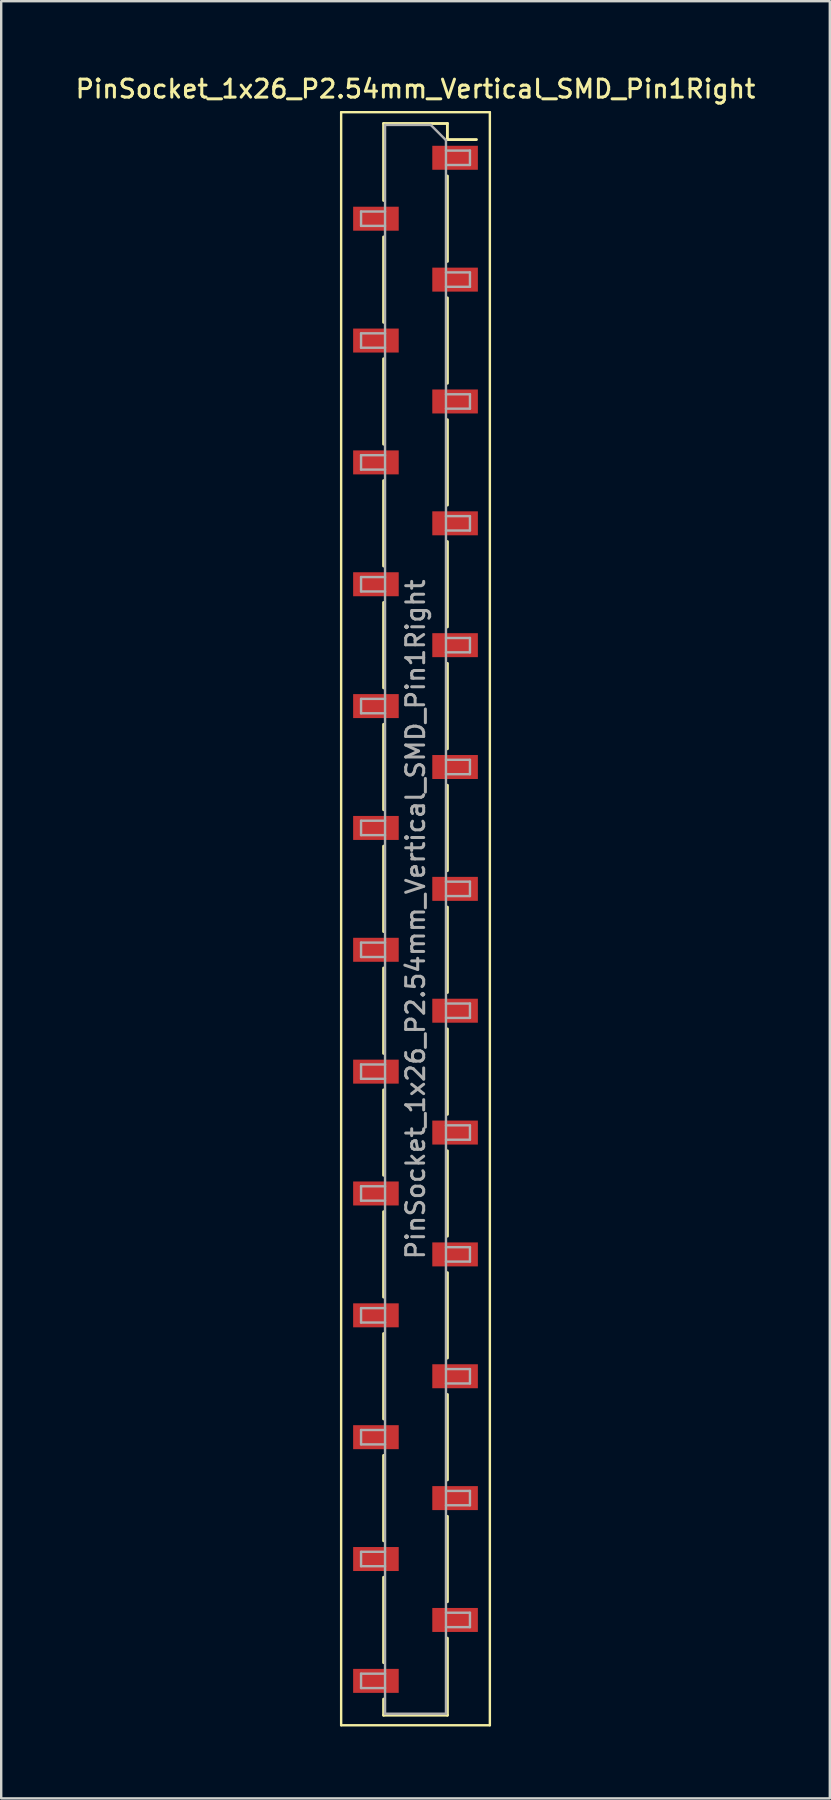
<source format=kicad_pcb>
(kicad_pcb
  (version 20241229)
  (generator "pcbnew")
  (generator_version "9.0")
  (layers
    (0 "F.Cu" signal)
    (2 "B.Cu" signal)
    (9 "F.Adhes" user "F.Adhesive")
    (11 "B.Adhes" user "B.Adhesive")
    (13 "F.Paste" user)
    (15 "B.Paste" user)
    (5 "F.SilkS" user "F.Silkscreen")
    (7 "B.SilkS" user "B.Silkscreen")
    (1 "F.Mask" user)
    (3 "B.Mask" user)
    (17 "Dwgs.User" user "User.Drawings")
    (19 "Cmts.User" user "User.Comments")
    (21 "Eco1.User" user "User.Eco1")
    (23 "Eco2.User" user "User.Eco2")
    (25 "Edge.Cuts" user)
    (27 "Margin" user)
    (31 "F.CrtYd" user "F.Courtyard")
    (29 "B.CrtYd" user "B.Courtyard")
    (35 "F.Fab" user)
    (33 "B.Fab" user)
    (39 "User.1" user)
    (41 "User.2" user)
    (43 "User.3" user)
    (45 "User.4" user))
  (footprint "PinSocket_1x26_P2.54mm_Vertical_SMD_Pin1Right"
    (layer "F.Cu")
    (at 14.273 35.278)
    (property "Reference" "PinSocket_1x26_P2.54mm_Vertical_SMD_Pin1Right" (at 0 -34.62 0) (layer "F.SilkS") (effects (font (size 0.75 0.75) (thickness 0.125))))
    (attr smd)
    (fp_line (start -3.1 -33.65) (end 3.1 -33.65) (stroke (width 0.1) (type solid)) (layer "F.SilkS"))
    (fp_line (start -3.1 33.6) (end -3.1 -33.65) (stroke (width 0.1) (type solid)) (layer "F.SilkS"))
    (fp_line (start -1.33 -33.18) (end -1.33 -29.97) (stroke (width 0.12) (type solid)) (layer "F.SilkS"))
    (fp_line (start -1.33 -33.18) (end 1.33 -33.18) (stroke (width 0.12) (type solid)) (layer "F.SilkS"))
    (fp_line (start -1.33 -28.45) (end -1.33 -24.89) (stroke (width 0.12) (type solid)) (layer "F.SilkS"))
    (fp_line (start -1.33 -23.37) (end -1.33 -19.81) (stroke (width 0.12) (type solid)) (layer "F.SilkS"))
    (fp_line (start -1.33 -18.29) (end -1.33 -14.73) (stroke (width 0.12) (type solid)) (layer "F.SilkS"))
    (fp_line (start -1.33 -13.21) (end -1.33 -9.65) (stroke (width 0.12) (type solid)) (layer "F.SilkS"))
    (fp_line (start -1.33 -8.13) (end -1.33 -4.57) (stroke (width 0.12) (type solid)) (layer "F.SilkS"))
    (fp_line (start -1.33 -3.05) (end -1.33 0.51) (stroke (width 0.12) (type solid)) (layer "F.SilkS"))
    (fp_line (start -1.33 2.03) (end -1.33 5.59) (stroke (width 0.12) (type solid)) (layer "F.SilkS"))
    (fp_line (start -1.33 7.11) (end -1.33 10.67) (stroke (width 0.12) (type solid)) (layer "F.SilkS"))
    (fp_line (start -1.33 12.19) (end -1.33 15.75) (stroke (width 0.12) (type solid)) (layer "F.SilkS"))
    (fp_line (start -1.33 17.27) (end -1.33 20.83) (stroke (width 0.12) (type solid)) (layer "F.SilkS"))
    (fp_line (start -1.33 22.35) (end -1.33 25.91) (stroke (width 0.12) (type solid)) (layer "F.SilkS"))
    (fp_line (start -1.33 27.43) (end -1.33 30.99) (stroke (width 0.12) (type solid)) (layer "F.SilkS"))
    (fp_line (start -1.33 32.51) (end -1.33 33.18) (stroke (width 0.12) (type solid)) (layer "F.SilkS"))
    (fp_line (start -1.33 33.18) (end 1.33 33.18) (stroke (width 0.12) (type solid)) (layer "F.SilkS"))
    (fp_line (start 1.33 -33.18) (end 1.33 -32.51) (stroke (width 0.12) (type solid)) (layer "F.SilkS"))
    (fp_line (start 1.33 -32.51) (end 2.54 -32.51) (stroke (width 0.12) (type solid)) (layer "F.SilkS"))
    (fp_line (start 1.33 -30.99) (end 1.33 -27.43) (stroke (width 0.12) (type solid)) (layer "F.SilkS"))
    (fp_line (start 1.33 -25.91) (end 1.33 -22.35) (stroke (width 0.12) (type solid)) (layer "F.SilkS"))
    (fp_line (start 1.33 -20.83) (end 1.33 -17.27) (stroke (width 0.12) (type solid)) (layer "F.SilkS"))
    (fp_line (start 1.33 -15.75) (end 1.33 -12.19) (stroke (width 0.12) (type solid)) (layer "F.SilkS"))
    (fp_line (start 1.33 -10.67) (end 1.33 -7.11) (stroke (width 0.12) (type solid)) (layer "F.SilkS"))
    (fp_line (start 1.33 -5.59) (end 1.33 -2.03) (stroke (width 0.12) (type solid)) (layer "F.SilkS"))
    (fp_line (start 1.33 -0.51) (end 1.33 3.05) (stroke (width 0.12) (type solid)) (layer "F.SilkS"))
    (fp_line (start 1.33 4.57) (end 1.33 8.13) (stroke (width 0.12) (type solid)) (layer "F.SilkS"))
    (fp_line (start 1.33 9.65) (end 1.33 13.21) (stroke (width 0.12) (type solid)) (layer "F.SilkS"))
    (fp_line (start 1.33 14.73) (end 1.33 18.29) (stroke (width 0.12) (type solid)) (layer "F.SilkS"))
    (fp_line (start 1.33 19.81) (end 1.33 23.37) (stroke (width 0.12) (type solid)) (layer "F.SilkS"))
    (fp_line (start 1.33 24.89) (end 1.33 28.45) (stroke (width 0.12) (type solid)) (layer "F.SilkS"))
    (fp_line (start 1.33 29.97) (end 1.33 33.18) (stroke (width 0.12) (type solid)) (layer "F.SilkS"))
    (fp_line (start 3.1 -33.65) (end 3.1 33.6) (stroke (width 0.1) (type solid)) (layer "F.SilkS"))
    (fp_line (start 3.1 33.6) (end -3.1 33.6) (stroke (width 0.1) (type solid)) (layer "F.SilkS"))
    (fp_line (start -2.27 -29.51) (end -1.27 -29.51) (stroke (width 0.1) (type solid)) (layer "F.Fab"))
    (fp_line (start -2.27 -28.91) (end -2.27 -29.51) (stroke (width 0.1) (type solid)) (layer "F.Fab"))
    (fp_line (start -2.27 -24.43) (end -1.27 -24.43) (stroke (width 0.1) (type solid)) (layer "F.Fab"))
    (fp_line (start -2.27 -23.83) (end -2.27 -24.43) (stroke (width 0.1) (type solid)) (layer "F.Fab"))
    (fp_line (start -2.27 -19.35) (end -1.27 -19.35) (stroke (width 0.1) (type solid)) (layer "F.Fab"))
    (fp_line (start -2.27 -18.75) (end -2.27 -19.35) (stroke (width 0.1) (type solid)) (layer "F.Fab"))
    (fp_line (start -2.27 -14.27) (end -1.27 -14.27) (stroke (width 0.1) (type solid)) (layer "F.Fab"))
    (fp_line (start -2.27 -13.67) (end -2.27 -14.27) (stroke (width 0.1) (type solid)) (layer "F.Fab"))
    (fp_line (start -2.27 -9.19) (end -1.27 -9.19) (stroke (width 0.1) (type solid)) (layer "F.Fab"))
    (fp_line (start -2.27 -8.59) (end -2.27 -9.19) (stroke (width 0.1) (type solid)) (layer "F.Fab"))
    (fp_line (start -2.27 -4.11) (end -1.27 -4.11) (stroke (width 0.1) (type solid)) (layer "F.Fab"))
    (fp_line (start -2.27 -3.51) (end -2.27 -4.11) (stroke (width 0.1) (type solid)) (layer "F.Fab"))
    (fp_line (start -2.27 0.97) (end -1.27 0.97) (stroke (width 0.1) (type solid)) (layer "F.Fab"))
    (fp_line (start -2.27 1.57) (end -2.27 0.97) (stroke (width 0.1) (type solid)) (layer "F.Fab"))
    (fp_line (start -2.27 6.05) (end -1.27 6.05) (stroke (width 0.1) (type solid)) (layer "F.Fab"))
    (fp_line (start -2.27 6.65) (end -2.27 6.05) (stroke (width 0.1) (type solid)) (layer "F.Fab"))
    (fp_line (start -2.27 11.13) (end -1.27 11.13) (stroke (width 0.1) (type solid)) (layer "F.Fab"))
    (fp_line (start -2.27 11.73) (end -2.27 11.13) (stroke (width 0.1) (type solid)) (layer "F.Fab"))
    (fp_line (start -2.27 16.21) (end -1.27 16.21) (stroke (width 0.1) (type solid)) (layer "F.Fab"))
    (fp_line (start -2.27 16.81) (end -2.27 16.21) (stroke (width 0.1) (type solid)) (layer "F.Fab"))
    (fp_line (start -2.27 21.29) (end -1.27 21.29) (stroke (width 0.1) (type solid)) (layer "F.Fab"))
    (fp_line (start -2.27 21.89) (end -2.27 21.29) (stroke (width 0.1) (type solid)) (layer "F.Fab"))
    (fp_line (start -2.27 26.37) (end -1.27 26.37) (stroke (width 0.1) (type solid)) (layer "F.Fab"))
    (fp_line (start -2.27 26.97) (end -2.27 26.37) (stroke (width 0.1) (type solid)) (layer "F.Fab"))
    (fp_line (start -2.27 31.45) (end -1.27 31.45) (stroke (width 0.1) (type solid)) (layer "F.Fab"))
    (fp_line (start -2.27 32.05) (end -2.27 31.45) (stroke (width 0.1) (type solid)) (layer "F.Fab"))
    (fp_line (start -1.27 -33.12) (end 0.635 -33.12) (stroke (width 0.1) (type solid)) (layer "F.Fab"))
    (fp_line (start -1.27 -28.91) (end -2.27 -28.91) (stroke (width 0.1) (type solid)) (layer "F.Fab"))
    (fp_line (start -1.27 -23.83) (end -2.27 -23.83) (stroke (width 0.1) (type solid)) (layer "F.Fab"))
    (fp_line (start -1.27 -18.75) (end -2.27 -18.75) (stroke (width 0.1) (type solid)) (layer "F.Fab"))
    (fp_line (start -1.27 -13.67) (end -2.27 -13.67) (stroke (width 0.1) (type solid)) (layer "F.Fab"))
    (fp_line (start -1.27 -8.59) (end -2.27 -8.59) (stroke (width 0.1) (type solid)) (layer "F.Fab"))
    (fp_line (start -1.27 -3.51) (end -2.27 -3.51) (stroke (width 0.1) (type solid)) (layer "F.Fab"))
    (fp_line (start -1.27 1.57) (end -2.27 1.57) (stroke (width 0.1) (type solid)) (layer "F.Fab"))
    (fp_line (start -1.27 6.65) (end -2.27 6.65) (stroke (width 0.1) (type solid)) (layer "F.Fab"))
    (fp_line (start -1.27 11.73) (end -2.27 11.73) (stroke (width 0.1) (type solid)) (layer "F.Fab"))
    (fp_line (start -1.27 16.81) (end -2.27 16.81) (stroke (width 0.1) (type solid)) (layer "F.Fab"))
    (fp_line (start -1.27 21.89) (end -2.27 21.89) (stroke (width 0.1) (type solid)) (layer "F.Fab"))
    (fp_line (start -1.27 26.97) (end -2.27 26.97) (stroke (width 0.1) (type solid)) (layer "F.Fab"))
    (fp_line (start -1.27 32.05) (end -2.27 32.05) (stroke (width 0.1) (type solid)) (layer "F.Fab"))
    (fp_line (start -1.27 33.12) (end -1.27 -33.12) (stroke (width 0.1) (type solid)) (layer "F.Fab"))
    (fp_line (start 0.635 -33.12) (end 1.27 -32.485) (stroke (width 0.1) (type solid)) (layer "F.Fab"))
    (fp_line (start 1.27 -32.485) (end 1.27 33.12) (stroke (width 0.1) (type solid)) (layer "F.Fab"))
    (fp_line (start 1.27 -32.05) (end 2.27 -32.05) (stroke (width 0.1) (type solid)) (layer "F.Fab"))
    (fp_line (start 1.27 -26.97) (end 2.27 -26.97) (stroke (width 0.1) (type solid)) (layer "F.Fab"))
    (fp_line (start 1.27 -21.89) (end 2.27 -21.89) (stroke (width 0.1) (type solid)) (layer "F.Fab"))
    (fp_line (start 1.27 -16.81) (end 2.27 -16.81) (stroke (width 0.1) (type solid)) (layer "F.Fab"))
    (fp_line (start 1.27 -11.73) (end 2.27 -11.73) (stroke (width 0.1) (type solid)) (layer "F.Fab"))
    (fp_line (start 1.27 -6.65) (end 2.27 -6.65) (stroke (width 0.1) (type solid)) (layer "F.Fab"))
    (fp_line (start 1.27 -1.57) (end 2.27 -1.57) (stroke (width 0.1) (type solid)) (layer "F.Fab"))
    (fp_line (start 1.27 3.51) (end 2.27 3.51) (stroke (width 0.1) (type solid)) (layer "F.Fab"))
    (fp_line (start 1.27 8.59) (end 2.27 8.59) (stroke (width 0.1) (type solid)) (layer "F.Fab"))
    (fp_line (start 1.27 13.67) (end 2.27 13.67) (stroke (width 0.1) (type solid)) (layer "F.Fab"))
    (fp_line (start 1.27 18.75) (end 2.27 18.75) (stroke (width 0.1) (type solid)) (layer "F.Fab"))
    (fp_line (start 1.27 23.83) (end 2.27 23.83) (stroke (width 0.1) (type solid)) (layer "F.Fab"))
    (fp_line (start 1.27 28.91) (end 2.27 28.91) (stroke (width 0.1) (type solid)) (layer "F.Fab"))
    (fp_line (start 1.27 33.12) (end -1.27 33.12) (stroke (width 0.1) (type solid)) (layer "F.Fab"))
    (fp_line (start 2.27 -32.05) (end 2.27 -31.45) (stroke (width 0.1) (type solid)) (layer "F.Fab"))
    (fp_line (start 2.27 -31.45) (end 1.27 -31.45) (stroke (width 0.1) (type solid)) (layer "F.Fab"))
    (fp_line (start 2.27 -26.97) (end 2.27 -26.37) (stroke (width 0.1) (type solid)) (layer "F.Fab"))
    (fp_line (start 2.27 -26.37) (end 1.27 -26.37) (stroke (width 0.1) (type solid)) (layer "F.Fab"))
    (fp_line (start 2.27 -21.89) (end 2.27 -21.29) (stroke (width 0.1) (type solid)) (layer "F.Fab"))
    (fp_line (start 2.27 -21.29) (end 1.27 -21.29) (stroke (width 0.1) (type solid)) (layer "F.Fab"))
    (fp_line (start 2.27 -16.81) (end 2.27 -16.21) (stroke (width 0.1) (type solid)) (layer "F.Fab"))
    (fp_line (start 2.27 -16.21) (end 1.27 -16.21) (stroke (width 0.1) (type solid)) (layer "F.Fab"))
    (fp_line (start 2.27 -11.73) (end 2.27 -11.13) (stroke (width 0.1) (type solid)) (layer "F.Fab"))
    (fp_line (start 2.27 -11.13) (end 1.27 -11.13) (stroke (width 0.1) (type solid)) (layer "F.Fab"))
    (fp_line (start 2.27 -6.65) (end 2.27 -6.05) (stroke (width 0.1) (type solid)) (layer "F.Fab"))
    (fp_line (start 2.27 -6.05) (end 1.27 -6.05) (stroke (width 0.1) (type solid)) (layer "F.Fab"))
    (fp_line (start 2.27 -1.57) (end 2.27 -0.97) (stroke (width 0.1) (type solid)) (layer "F.Fab"))
    (fp_line (start 2.27 -0.97) (end 1.27 -0.97) (stroke (width 0.1) (type solid)) (layer "F.Fab"))
    (fp_line (start 2.27 3.51) (end 2.27 4.11) (stroke (width 0.1) (type solid)) (layer "F.Fab"))
    (fp_line (start 2.27 4.11) (end 1.27 4.11) (stroke (width 0.1) (type solid)) (layer "F.Fab"))
    (fp_line (start 2.27 8.59) (end 2.27 9.19) (stroke (width 0.1) (type solid)) (layer "F.Fab"))
    (fp_line (start 2.27 9.19) (end 1.27 9.19) (stroke (width 0.1) (type solid)) (layer "F.Fab"))
    (fp_line (start 2.27 13.67) (end 2.27 14.27) (stroke (width 0.1) (type solid)) (layer "F.Fab"))
    (fp_line (start 2.27 14.27) (end 1.27 14.27) (stroke (width 0.1) (type solid)) (layer "F.Fab"))
    (fp_line (start 2.27 18.75) (end 2.27 19.35) (stroke (width 0.1) (type solid)) (layer "F.Fab"))
    (fp_line (start 2.27 19.35) (end 1.27 19.35) (stroke (width 0.1) (type solid)) (layer "F.Fab"))
    (fp_line (start 2.27 23.83) (end 2.27 24.43) (stroke (width 0.1) (type solid)) (layer "F.Fab"))
    (fp_line (start 2.27 24.43) (end 1.27 24.43) (stroke (width 0.1) (type solid)) (layer "F.Fab"))
    (fp_line (start 2.27 28.91) (end 2.27 29.51) (stroke (width 0.1) (type solid)) (layer "F.Fab"))
    (fp_line (start 2.27 29.51) (end 1.27 29.51) (stroke (width 0.1) (type solid)) (layer "F.Fab"))
    (fp_text user "${REFERENCE}" (at 0 0 90) (layer "F.Fab") (effects (font (size 0.75 0.75) (thickness 0.125))))
    (pad "1" smd rect (at 1.65 -31.75) (size 1.9 1) (layers "F.Cu" "F.Mask" "F.Paste"))
    (pad "2" smd rect (at -1.65 -29.21) (size 1.9 1) (layers "F.Cu" "F.Mask" "F.Paste"))
    (pad "3" smd rect (at 1.65 -26.67) (size 1.9 1) (layers "F.Cu" "F.Mask" "F.Paste"))
    (pad "4" smd rect (at -1.65 -24.13) (size 1.9 1) (layers "F.Cu" "F.Mask" "F.Paste"))
    (pad "5" smd rect (at 1.65 -21.59) (size 1.9 1) (layers "F.Cu" "F.Mask" "F.Paste"))
    (pad "6" smd rect (at -1.65 -19.05) (size 1.9 1) (layers "F.Cu" "F.Mask" "F.Paste"))
    (pad "7" smd rect (at 1.65 -16.51) (size 1.9 1) (layers "F.Cu" "F.Mask" "F.Paste"))
    (pad "8" smd rect (at -1.65 -13.97) (size 1.9 1) (layers "F.Cu" "F.Mask" "F.Paste"))
    (pad "9" smd rect (at 1.65 -11.43) (size 1.9 1) (layers "F.Cu" "F.Mask" "F.Paste"))
    (pad "10" smd rect (at -1.65 -8.89) (size 1.9 1) (layers "F.Cu" "F.Mask" "F.Paste"))
    (pad "11" smd rect (at 1.65 -6.35) (size 1.9 1) (layers "F.Cu" "F.Mask" "F.Paste"))
    (pad "12" smd rect (at -1.65 -3.81) (size 1.9 1) (layers "F.Cu" "F.Mask" "F.Paste"))
    (pad "13" smd rect (at 1.65 -1.27) (size 1.9 1) (layers "F.Cu" "F.Mask" "F.Paste"))
    (pad "14" smd rect (at -1.65 1.27) (size 1.9 1) (layers "F.Cu" "F.Mask" "F.Paste"))
    (pad "15" smd rect (at 1.65 3.81) (size 1.9 1) (layers "F.Cu" "F.Mask" "F.Paste"))
    (pad "16" smd rect (at -1.65 6.35) (size 1.9 1) (layers "F.Cu" "F.Mask" "F.Paste"))
    (pad "17" smd rect (at 1.65 8.89) (size 1.9 1) (layers "F.Cu" "F.Mask" "F.Paste"))
    (pad "18" smd rect (at -1.65 11.43) (size 1.9 1) (layers "F.Cu" "F.Mask" "F.Paste"))
    (pad "19" smd rect (at 1.65 13.97) (size 1.9 1) (layers "F.Cu" "F.Mask" "F.Paste"))
    (pad "20" smd rect (at -1.65 16.51) (size 1.9 1) (layers "F.Cu" "F.Mask" "F.Paste"))
    (pad "21" smd rect (at 1.65 19.05) (size 1.9 1) (layers "F.Cu" "F.Mask" "F.Paste"))
    (pad "22" smd rect (at -1.65 21.59) (size 1.9 1) (layers "F.Cu" "F.Mask" "F.Paste"))
    (pad "23" smd rect (at 1.65 24.13) (size 1.9 1) (layers "F.Cu" "F.Mask" "F.Paste"))
    (pad "24" smd rect (at -1.65 26.67) (size 1.9 1) (layers "F.Cu" "F.Mask" "F.Paste"))
    (pad "25" smd rect (at 1.65 29.21) (size 1.9 1) (layers "F.Cu" "F.Mask" "F.Paste"))
    (pad "26" smd rect (at -1.65 31.75) (size 1.9 1) (layers "F.Cu" "F.Mask" "F.Paste")))
  (gr_rect
    (start -3 -3)
    (end 31.546 71.928)
    (stroke (width 0.1) (type default))
    (fill no)
    (layer "Edge.Cuts")))
</source>
